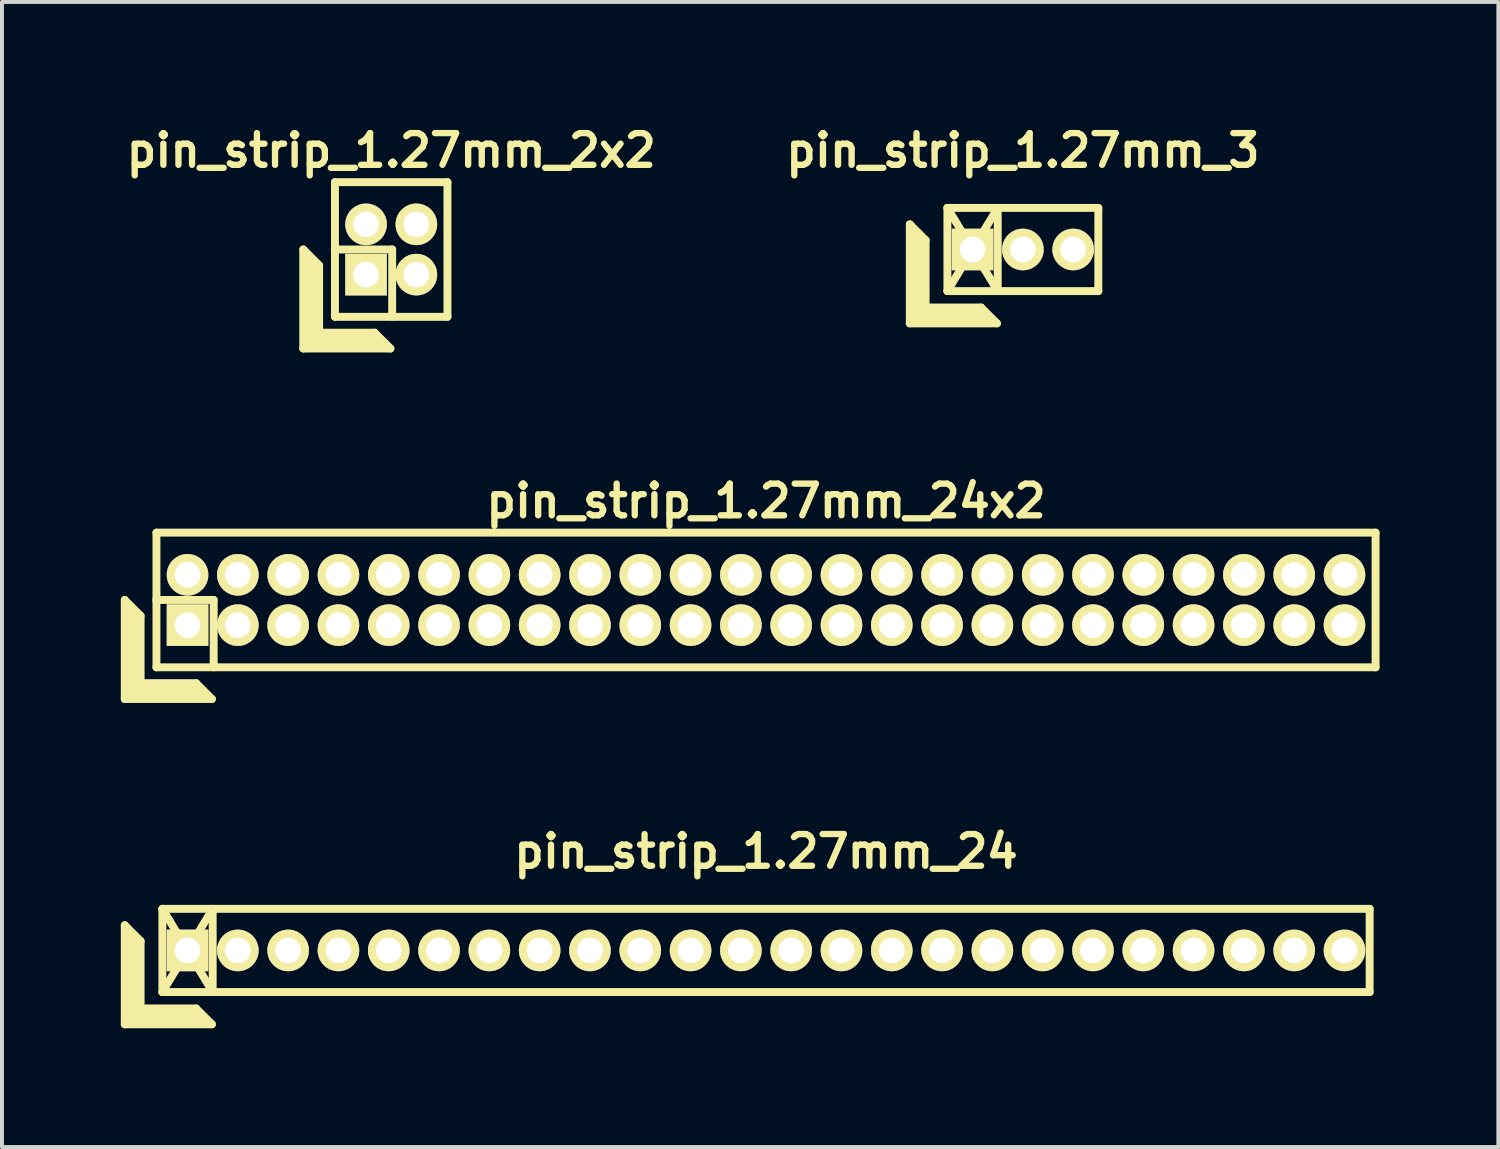
<source format=kicad_pcb>
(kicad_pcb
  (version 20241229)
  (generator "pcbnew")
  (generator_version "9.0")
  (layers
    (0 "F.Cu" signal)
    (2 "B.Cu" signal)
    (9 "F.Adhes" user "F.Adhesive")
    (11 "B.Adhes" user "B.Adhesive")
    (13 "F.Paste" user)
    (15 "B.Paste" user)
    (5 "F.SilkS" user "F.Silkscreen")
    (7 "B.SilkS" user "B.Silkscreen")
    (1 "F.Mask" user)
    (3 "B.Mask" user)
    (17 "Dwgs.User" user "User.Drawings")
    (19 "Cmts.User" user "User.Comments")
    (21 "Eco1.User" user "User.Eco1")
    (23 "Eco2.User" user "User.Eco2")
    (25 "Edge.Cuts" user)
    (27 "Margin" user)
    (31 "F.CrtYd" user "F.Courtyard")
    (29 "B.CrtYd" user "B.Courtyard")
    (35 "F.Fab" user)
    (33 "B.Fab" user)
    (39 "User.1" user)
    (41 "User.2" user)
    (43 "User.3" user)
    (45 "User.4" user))
  (footprint "pin_strip_1.27mm_24"
    (layer "F.Cu")
    (at 16.29 20.946)
    (property "Reference" "pin_strip_1.27mm_24" (at 0 -2.5 0) (layer "F.SilkS") (effects (font (size 0.8 0.8) (thickness 0.16))))
    (attr through_hole)
    (fp_line (start -16.19 -0.635) (end -16.19 1.865) (stroke (width 0.2) (type solid)) (layer "F.SilkS"))
    (fp_line (start -16.19 -0.635) (end -15.79 -0.235) (stroke (width 0.2) (type solid)) (layer "F.SilkS"))
    (fp_line (start -16.19 1.865) (end -13.99 1.865) (stroke (width 0.2) (type solid)) (layer "F.SilkS"))
    (fp_line (start -16.09 1.765) (end -16.09 -0.435) (stroke (width 0.2) (type solid)) (layer "F.SilkS"))
    (fp_line (start -16.09 1.765) (end -14.19 1.765) (stroke (width 0.2) (type solid)) (layer "F.SilkS"))
    (fp_line (start -15.99 1.665) (end -15.99 -0.335) (stroke (width 0.2) (type solid)) (layer "F.SilkS"))
    (fp_line (start -15.99 1.665) (end -14.29 1.665) (stroke (width 0.2) (type solid)) (layer "F.SilkS"))
    (fp_line (start -15.89 1.565) (end -15.89 -0.235) (stroke (width 0.2) (type solid)) (layer "F.SilkS"))
    (fp_line (start -15.89 1.565) (end -14.39 1.565) (stroke (width 0.2) (type solid)) (layer "F.SilkS"))
    (fp_line (start -15.79 1.465) (end -15.79 -0.235) (stroke (width 0.2) (type solid)) (layer "F.SilkS"))
    (fp_line (start -15.79 1.465) (end -14.39 1.465) (stroke (width 0.2) (type solid)) (layer "F.SilkS"))
    (fp_line (start -15.24 -1.05) (end -13.97 1.05) (stroke (width 0.2) (type solid)) (layer "F.SilkS"))
    (fp_line (start -15.24 -1.05) (end 15.24 -1.05) (stroke (width 0.2) (type solid)) (layer "F.SilkS"))
    (fp_line (start -15.24 1.05) (end -15.24 -1.05) (stroke (width 0.2) (type solid)) (layer "F.SilkS"))
    (fp_line (start -15.24 1.05) (end -13.97 -1.05) (stroke (width 0.2) (type solid)) (layer "F.SilkS"))
    (fp_line (start -14.39 1.465) (end -13.99 1.865) (stroke (width 0.2) (type solid)) (layer "F.SilkS"))
    (fp_line (start -13.97 -1.05) (end -13.97 1.05) (stroke (width 0.2) (type solid)) (layer "F.SilkS"))
    (fp_line (start 15.24 -1.05) (end 15.24 1.05) (stroke (width 0.2) (type solid)) (layer "F.SilkS"))
    (fp_line (start 15.24 1.05) (end -15.24 1.05) (stroke (width 0.2) (type solid)) (layer "F.SilkS"))
    (pad "1" thru_hole rect (at -14.605 0) (size 1.05 1.05) (drill 0.65) (layers "*.Cu" "*.Mask" "F.SilkS"))
    (pad "2" thru_hole oval (at -13.335 0) (size 1.05 1.05) (drill 0.65) (layers "*.Cu" "*.Mask" "F.SilkS"))
    (pad "3" thru_hole oval (at -12.065 0) (size 1.05 1.05) (drill 0.65) (layers "*.Cu" "*.Mask" "F.SilkS"))
    (pad "4" thru_hole oval (at -10.795 0) (size 1.05 1.05) (drill 0.65) (layers "*.Cu" "*.Mask" "F.SilkS"))
    (pad "5" thru_hole oval (at -9.525 0) (size 1.05 1.05) (drill 0.65) (layers "*.Cu" "*.Mask" "F.SilkS"))
    (pad "6" thru_hole oval (at -8.255 0) (size 1.05 1.05) (drill 0.65) (layers "*.Cu" "*.Mask" "F.SilkS"))
    (pad "7" thru_hole oval (at -6.985 0) (size 1.05 1.05) (drill 0.65) (layers "*.Cu" "*.Mask" "F.SilkS"))
    (pad "8" thru_hole oval (at -5.715 0) (size 1.05 1.05) (drill 0.65) (layers "*.Cu" "*.Mask" "F.SilkS"))
    (pad "9" thru_hole oval (at -4.445 0) (size 1.05 1.05) (drill 0.65) (layers "*.Cu" "*.Mask" "F.SilkS"))
    (pad "10" thru_hole oval (at -3.175 0) (size 1.05 1.05) (drill 0.65) (layers "*.Cu" "*.Mask" "F.SilkS"))
    (pad "11" thru_hole oval (at -1.905 0) (size 1.05 1.05) (drill 0.65) (layers "*.Cu" "*.Mask" "F.SilkS"))
    (pad "12" thru_hole oval (at -0.635 0) (size 1.05 1.05) (drill 0.65) (layers "*.Cu" "*.Mask" "F.SilkS"))
    (pad "13" thru_hole oval (at 0.635 0) (size 1.05 1.05) (drill 0.65) (layers "*.Cu" "*.Mask" "F.SilkS"))
    (pad "14" thru_hole oval (at 1.905 0) (size 1.05 1.05) (drill 0.65) (layers "*.Cu" "*.Mask" "F.SilkS"))
    (pad "15" thru_hole oval (at 3.175 0) (size 1.05 1.05) (drill 0.65) (layers "*.Cu" "*.Mask" "F.SilkS"))
    (pad "16" thru_hole oval (at 4.445 0) (size 1.05 1.05) (drill 0.65) (layers "*.Cu" "*.Mask" "F.SilkS"))
    (pad "17" thru_hole oval (at 5.715 0) (size 1.05 1.05) (drill 0.65) (layers "*.Cu" "*.Mask" "F.SilkS"))
    (pad "18" thru_hole oval (at 6.985 0) (size 1.05 1.05) (drill 0.65) (layers "*.Cu" "*.Mask" "F.SilkS"))
    (pad "19" thru_hole oval (at 8.255 0) (size 1.05 1.05) (drill 0.65) (layers "*.Cu" "*.Mask" "F.SilkS"))
    (pad "20" thru_hole oval (at 9.525 0) (size 1.05 1.05) (drill 0.65) (layers "*.Cu" "*.Mask" "F.SilkS"))
    (pad "21" thru_hole oval (at 10.795 0) (size 1.05 1.05) (drill 0.65) (layers "*.Cu" "*.Mask" "F.SilkS"))
    (pad "22" thru_hole oval (at 12.065 0) (size 1.05 1.05) (drill 0.65) (layers "*.Cu" "*.Mask" "F.SilkS"))
    (pad "23" thru_hole oval (at 13.335 0) (size 1.05 1.05) (drill 0.65) (layers "*.Cu" "*.Mask" "F.SilkS"))
    (pad "24" thru_hole oval (at 14.605 0) (size 1.05 1.05) (drill 0.65) (layers "*.Cu" "*.Mask" "F.SilkS")))
  (footprint "pin_strip_1.27mm_2x2"
    (layer "F.Cu")
    (at 6.827 3.249)
    (property "Reference" "pin_strip_1.27mm_2x2" (at 0 -2.5 0) (layer "F.SilkS") (effects (font (size 0.8 0.8) (thickness 0.16))))
    (attr through_hole)
    (fp_line (start -2.22 0) (end -2.22 2.5) (stroke (width 0.2) (type solid)) (layer "F.SilkS"))
    (fp_line (start -2.22 0) (end -1.82 0.4) (stroke (width 0.2) (type solid)) (layer "F.SilkS"))
    (fp_line (start -2.22 2.5) (end -0.02 2.5) (stroke (width 0.2) (type solid)) (layer "F.SilkS"))
    (fp_line (start -2.12 2.4) (end -2.12 0.2) (stroke (width 0.2) (type solid)) (layer "F.SilkS"))
    (fp_line (start -2.12 2.4) (end -0.22 2.4) (stroke (width 0.2) (type solid)) (layer "F.SilkS"))
    (fp_line (start -2.02 2.3) (end -2.02 0.3) (stroke (width 0.2) (type solid)) (layer "F.SilkS"))
    (fp_line (start -2.02 2.3) (end -0.32 2.3) (stroke (width 0.2) (type solid)) (layer "F.SilkS"))
    (fp_line (start -1.92 2.2) (end -1.92 0.4) (stroke (width 0.2) (type solid)) (layer "F.SilkS"))
    (fp_line (start -1.92 2.2) (end -0.42 2.2) (stroke (width 0.2) (type solid)) (layer "F.SilkS"))
    (fp_line (start -1.82 2.1) (end -1.82 0.4) (stroke (width 0.2) (type solid)) (layer "F.SilkS"))
    (fp_line (start -1.82 2.1) (end -0.42 2.1) (stroke (width 0.2) (type solid)) (layer "F.SilkS"))
    (fp_line (start -1.425 0) (end 0.025 0) (stroke (width 0.2) (type solid)) (layer "F.SilkS"))
    (fp_line (start -1.42 -1.7) (end 1.42 -1.7) (stroke (width 0.2) (type solid)) (layer "F.SilkS"))
    (fp_line (start -1.42 1.7) (end -1.42 -1.7) (stroke (width 0.2) (type solid)) (layer "F.SilkS"))
    (fp_line (start -0.42 2.1) (end -0.02 2.5) (stroke (width 0.2) (type solid)) (layer "F.SilkS"))
    (fp_line (start 0.025 0) (end 0.025 1.7) (stroke (width 0.2) (type solid)) (layer "F.SilkS"))
    (fp_line (start 1.42 -1.7) (end 1.42 1.7) (stroke (width 0.2) (type solid)) (layer "F.SilkS"))
    (fp_line (start 1.42 1.7) (end -1.42 1.7) (stroke (width 0.2) (type solid)) (layer "F.SilkS"))
    (pad "1" thru_hole rect (at -0.635 0.635) (size 1.05 1.05) (drill 0.65) (layers "*.Cu" "*.Mask" "F.SilkS"))
    (pad "2" thru_hole oval (at -0.635 -0.635) (size 1.05 1.05) (drill 0.65) (layers "*.Cu" "*.Mask" "F.SilkS"))
    (pad "3" thru_hole oval (at 0.635 0.635) (size 1.05 1.05) (drill 0.65) (layers "*.Cu" "*.Mask" "F.SilkS"))
    (pad "4" thru_hole oval (at 0.635 -0.635) (size 1.05 1.05) (drill 0.65) (layers "*.Cu" "*.Mask" "F.SilkS")))
  (footprint "pin_strip_1.27mm_3"
    (layer "F.Cu")
    (at 22.775 3.249)
    (property "Reference" "pin_strip_1.27mm_3" (at 0 -2.5 0) (layer "F.SilkS") (effects (font (size 0.8 0.8) (thickness 0.16))))
    (attr through_hole)
    (fp_line (start -2.855 -0.635) (end -2.855 1.865) (stroke (width 0.2) (type solid)) (layer "F.SilkS"))
    (fp_line (start -2.855 -0.635) (end -2.455 -0.235) (stroke (width 0.2) (type solid)) (layer "F.SilkS"))
    (fp_line (start -2.855 1.865) (end -0.655 1.865) (stroke (width 0.2) (type solid)) (layer "F.SilkS"))
    (fp_line (start -2.755 1.765) (end -2.755 -0.435) (stroke (width 0.2) (type solid)) (layer "F.SilkS"))
    (fp_line (start -2.755 1.765) (end -0.855 1.765) (stroke (width 0.2) (type solid)) (layer "F.SilkS"))
    (fp_line (start -2.655 1.665) (end -2.655 -0.335) (stroke (width 0.2) (type solid)) (layer "F.SilkS"))
    (fp_line (start -2.655 1.665) (end -0.955 1.665) (stroke (width 0.2) (type solid)) (layer "F.SilkS"))
    (fp_line (start -2.555 1.565) (end -2.555 -0.235) (stroke (width 0.2) (type solid)) (layer "F.SilkS"))
    (fp_line (start -2.555 1.565) (end -1.055 1.565) (stroke (width 0.2) (type solid)) (layer "F.SilkS"))
    (fp_line (start -2.455 1.465) (end -2.455 -0.235) (stroke (width 0.2) (type solid)) (layer "F.SilkS"))
    (fp_line (start -2.455 1.465) (end -1.055 1.465) (stroke (width 0.2) (type solid)) (layer "F.SilkS"))
    (fp_line (start -1.905 -1.05) (end -0.635 1.05) (stroke (width 0.2) (type solid)) (layer "F.SilkS"))
    (fp_line (start -1.905 -1.05) (end 1.905 -1.05) (stroke (width 0.2) (type solid)) (layer "F.SilkS"))
    (fp_line (start -1.905 1.05) (end -1.905 -1.05) (stroke (width 0.2) (type solid)) (layer "F.SilkS"))
    (fp_line (start -1.905 1.05) (end -0.635 -1.05) (stroke (width 0.2) (type solid)) (layer "F.SilkS"))
    (fp_line (start -1.055 1.465) (end -0.655 1.865) (stroke (width 0.2) (type solid)) (layer "F.SilkS"))
    (fp_line (start -0.635 -1.05) (end -0.635 1.05) (stroke (width 0.2) (type solid)) (layer "F.SilkS"))
    (fp_line (start 1.905 -1.05) (end 1.905 1.05) (stroke (width 0.2) (type solid)) (layer "F.SilkS"))
    (fp_line (start 1.905 1.05) (end -1.905 1.05) (stroke (width 0.2) (type solid)) (layer "F.SilkS"))
    (pad "1" thru_hole rect (at -1.27 0) (size 1.05 1.05) (drill 0.65) (layers "*.Cu" "*.Mask" "F.SilkS"))
    (pad "2" thru_hole oval (at 0 0) (size 1.05 1.05) (drill 0.65) (layers "*.Cu" "*.Mask" "F.SilkS"))
    (pad "3" thru_hole oval (at 1.27 0) (size 1.05 1.05) (drill 0.65) (layers "*.Cu" "*.Mask" "F.SilkS")))
  (footprint "pin_strip_1.27mm_24x2"
    (layer "F.Cu")
    (at 16.29 12.098)
    (property "Reference" "pin_strip_1.27mm_24x2" (at 0 -2.5 0) (layer "F.SilkS") (effects (font (size 0.8 0.8) (thickness 0.16))))
    (attr through_hole)
    (fp_line (start -16.19 0) (end -16.19 2.5) (stroke (width 0.2) (type solid)) (layer "F.SilkS"))
    (fp_line (start -16.19 0) (end -15.79 0.4) (stroke (width 0.2) (type solid)) (layer "F.SilkS"))
    (fp_line (start -16.19 2.5) (end -13.99 2.5) (stroke (width 0.2) (type solid)) (layer "F.SilkS"))
    (fp_line (start -16.09 2.4) (end -16.09 0.2) (stroke (width 0.2) (type solid)) (layer "F.SilkS"))
    (fp_line (start -16.09 2.4) (end -14.19 2.4) (stroke (width 0.2) (type solid)) (layer "F.SilkS"))
    (fp_line (start -15.99 2.3) (end -15.99 0.3) (stroke (width 0.2) (type solid)) (layer "F.SilkS"))
    (fp_line (start -15.99 2.3) (end -14.29 2.3) (stroke (width 0.2) (type solid)) (layer "F.SilkS"))
    (fp_line (start -15.89 2.2) (end -15.89 0.4) (stroke (width 0.2) (type solid)) (layer "F.SilkS"))
    (fp_line (start -15.89 2.2) (end -14.39 2.2) (stroke (width 0.2) (type solid)) (layer "F.SilkS"))
    (fp_line (start -15.79 2.1) (end -15.79 0.4) (stroke (width 0.2) (type solid)) (layer "F.SilkS"))
    (fp_line (start -15.79 2.1) (end -14.39 2.1) (stroke (width 0.2) (type solid)) (layer "F.SilkS"))
    (fp_line (start -15.395 0) (end -13.945 0) (stroke (width 0.2) (type solid)) (layer "F.SilkS"))
    (fp_line (start -15.39 -1.7) (end 15.39 -1.7) (stroke (width 0.2) (type solid)) (layer "F.SilkS"))
    (fp_line (start -15.39 1.7) (end -15.39 -1.7) (stroke (width 0.2) (type solid)) (layer "F.SilkS"))
    (fp_line (start -14.39 2.1) (end -13.99 2.5) (stroke (width 0.2) (type solid)) (layer "F.SilkS"))
    (fp_line (start -13.945 0) (end -13.945 1.7) (stroke (width 0.2) (type solid)) (layer "F.SilkS"))
    (fp_line (start 15.39 -1.7) (end 15.39 1.7) (stroke (width 0.2) (type solid)) (layer "F.SilkS"))
    (fp_line (start 15.39 1.7) (end -15.39 1.7) (stroke (width 0.2) (type solid)) (layer "F.SilkS"))
    (pad "1" thru_hole rect (at -14.605 0.635) (size 1.05 1.05) (drill 0.65) (layers "*.Cu" "*.Mask" "F.SilkS"))
    (pad "2" thru_hole oval (at -14.605 -0.635) (size 1.05 1.05) (drill 0.65) (layers "*.Cu" "*.Mask" "F.SilkS"))
    (pad "3" thru_hole oval (at -13.335 0.635) (size 1.05 1.05) (drill 0.65) (layers "*.Cu" "*.Mask" "F.SilkS"))
    (pad "4" thru_hole oval (at -13.335 -0.635) (size 1.05 1.05) (drill 0.65) (layers "*.Cu" "*.Mask" "F.SilkS"))
    (pad "5" thru_hole oval (at -12.065 0.635) (size 1.05 1.05) (drill 0.65) (layers "*.Cu" "*.Mask" "F.SilkS"))
    (pad "6" thru_hole oval (at -12.065 -0.635) (size 1.05 1.05) (drill 0.65) (layers "*.Cu" "*.Mask" "F.SilkS"))
    (pad "7" thru_hole oval (at -10.795 0.635) (size 1.05 1.05) (drill 0.65) (layers "*.Cu" "*.Mask" "F.SilkS"))
    (pad "8" thru_hole oval (at -10.795 -0.635) (size 1.05 1.05) (drill 0.65) (layers "*.Cu" "*.Mask" "F.SilkS"))
    (pad "9" thru_hole oval (at -9.525 0.635) (size 1.05 1.05) (drill 0.65) (layers "*.Cu" "*.Mask" "F.SilkS"))
    (pad "10" thru_hole oval (at -9.525 -0.635) (size 1.05 1.05) (drill 0.65) (layers "*.Cu" "*.Mask" "F.SilkS"))
    (pad "11" thru_hole oval (at -8.255 0.635) (size 1.05 1.05) (drill 0.65) (layers "*.Cu" "*.Mask" "F.SilkS"))
    (pad "12" thru_hole oval (at -8.255 -0.635) (size 1.05 1.05) (drill 0.65) (layers "*.Cu" "*.Mask" "F.SilkS"))
    (pad "13" thru_hole oval (at -6.985 0.635) (size 1.05 1.05) (drill 0.65) (layers "*.Cu" "*.Mask" "F.SilkS"))
    (pad "14" thru_hole oval (at -6.985 -0.635) (size 1.05 1.05) (drill 0.65) (layers "*.Cu" "*.Mask" "F.SilkS"))
    (pad "15" thru_hole oval (at -5.715 0.635) (size 1.05 1.05) (drill 0.65) (layers "*.Cu" "*.Mask" "F.SilkS"))
    (pad "16" thru_hole oval (at -5.715 -0.635) (size 1.05 1.05) (drill 0.65) (layers "*.Cu" "*.Mask" "F.SilkS"))
    (pad "17" thru_hole oval (at -4.445 0.635) (size 1.05 1.05) (drill 0.65) (layers "*.Cu" "*.Mask" "F.SilkS"))
    (pad "18" thru_hole oval (at -4.445 -0.635) (size 1.05 1.05) (drill 0.65) (layers "*.Cu" "*.Mask" "F.SilkS"))
    (pad "19" thru_hole oval (at -3.175 0.635) (size 1.05 1.05) (drill 0.65) (layers "*.Cu" "*.Mask" "F.SilkS"))
    (pad "20" thru_hole oval (at -3.175 -0.635) (size 1.05 1.05) (drill 0.65) (layers "*.Cu" "*.Mask" "F.SilkS"))
    (pad "21" thru_hole oval (at -1.905 0.635) (size 1.05 1.05) (drill 0.65) (layers "*.Cu" "*.Mask" "F.SilkS"))
    (pad "22" thru_hole oval (at -1.905 -0.635) (size 1.05 1.05) (drill 0.65) (layers "*.Cu" "*.Mask" "F.SilkS"))
    (pad "23" thru_hole oval (at -0.635 0.635) (size 1.05 1.05) (drill 0.65) (layers "*.Cu" "*.Mask" "F.SilkS"))
    (pad "24" thru_hole oval (at -0.635 -0.635) (size 1.05 1.05) (drill 0.65) (layers "*.Cu" "*.Mask" "F.SilkS"))
    (pad "25" thru_hole oval (at 0.635 0.635) (size 1.05 1.05) (drill 0.65) (layers "*.Cu" "*.Mask" "F.SilkS"))
    (pad "26" thru_hole oval (at 0.635 -0.635) (size 1.05 1.05) (drill 0.65) (layers "*.Cu" "*.Mask" "F.SilkS"))
    (pad "27" thru_hole oval (at 1.905 0.635) (size 1.05 1.05) (drill 0.65) (layers "*.Cu" "*.Mask" "F.SilkS"))
    (pad "28" thru_hole oval (at 1.905 -0.635) (size 1.05 1.05) (drill 0.65) (layers "*.Cu" "*.Mask" "F.SilkS"))
    (pad "29" thru_hole oval (at 3.175 0.635) (size 1.05 1.05) (drill 0.65) (layers "*.Cu" "*.Mask" "F.SilkS"))
    (pad "30" thru_hole oval (at 3.175 -0.635) (size 1.05 1.05) (drill 0.65) (layers "*.Cu" "*.Mask" "F.SilkS"))
    (pad "31" thru_hole oval (at 4.445 0.635) (size 1.05 1.05) (drill 0.65) (layers "*.Cu" "*.Mask" "F.SilkS"))
    (pad "32" thru_hole oval (at 4.445 -0.635) (size 1.05 1.05) (drill 0.65) (layers "*.Cu" "*.Mask" "F.SilkS"))
    (pad "33" thru_hole oval (at 5.715 0.635) (size 1.05 1.05) (drill 0.65) (layers "*.Cu" "*.Mask" "F.SilkS"))
    (pad "34" thru_hole oval (at 5.715 -0.635) (size 1.05 1.05) (drill 0.65) (layers "*.Cu" "*.Mask" "F.SilkS"))
    (pad "35" thru_hole oval (at 6.985 0.635) (size 1.05 1.05) (drill 0.65) (layers "*.Cu" "*.Mask" "F.SilkS"))
    (pad "36" thru_hole oval (at 6.985 -0.635) (size 1.05 1.05) (drill 0.65) (layers "*.Cu" "*.Mask" "F.SilkS"))
    (pad "37" thru_hole oval (at 8.255 0.635) (size 1.05 1.05) (drill 0.65) (layers "*.Cu" "*.Mask" "F.SilkS"))
    (pad "38" thru_hole oval (at 8.255 -0.635) (size 1.05 1.05) (drill 0.65) (layers "*.Cu" "*.Mask" "F.SilkS"))
    (pad "39" thru_hole oval (at 9.525 0.635) (size 1.05 1.05) (drill 0.65) (layers "*.Cu" "*.Mask" "F.SilkS"))
    (pad "40" thru_hole oval (at 9.525 -0.635) (size 1.05 1.05) (drill 0.65) (layers "*.Cu" "*.Mask" "F.SilkS"))
    (pad "41" thru_hole oval (at 10.795 0.635) (size 1.05 1.05) (drill 0.65) (layers "*.Cu" "*.Mask" "F.SilkS"))
    (pad "42" thru_hole oval (at 10.795 -0.635) (size 1.05 1.05) (drill 0.65) (layers "*.Cu" "*.Mask" "F.SilkS"))
    (pad "43" thru_hole oval (at 12.065 0.635) (size 1.05 1.05) (drill 0.65) (layers "*.Cu" "*.Mask" "F.SilkS"))
    (pad "44" thru_hole oval (at 12.065 -0.635) (size 1.05 1.05) (drill 0.65) (layers "*.Cu" "*.Mask" "F.SilkS"))
    (pad "45" thru_hole oval (at 13.335 0.635) (size 1.05 1.05) (drill 0.65) (layers "*.Cu" "*.Mask" "F.SilkS"))
    (pad "46" thru_hole oval (at 13.335 -0.635) (size 1.05 1.05) (drill 0.65) (layers "*.Cu" "*.Mask" "F.SilkS"))
    (pad "47" thru_hole oval (at 14.605 0.635) (size 1.05 1.05) (drill 0.65) (layers "*.Cu" "*.Mask" "F.SilkS"))
    (pad "48" thru_hole oval (at 14.605 -0.635) (size 1.05 1.05) (drill 0.65) (layers "*.Cu" "*.Mask" "F.SilkS")))
  (gr_rect
    (start -3 -3)
    (end 34.78 25.911)
    (stroke (width 0.1) (type default))
    (fill no)
    (layer "Edge.Cuts")))
</source>
